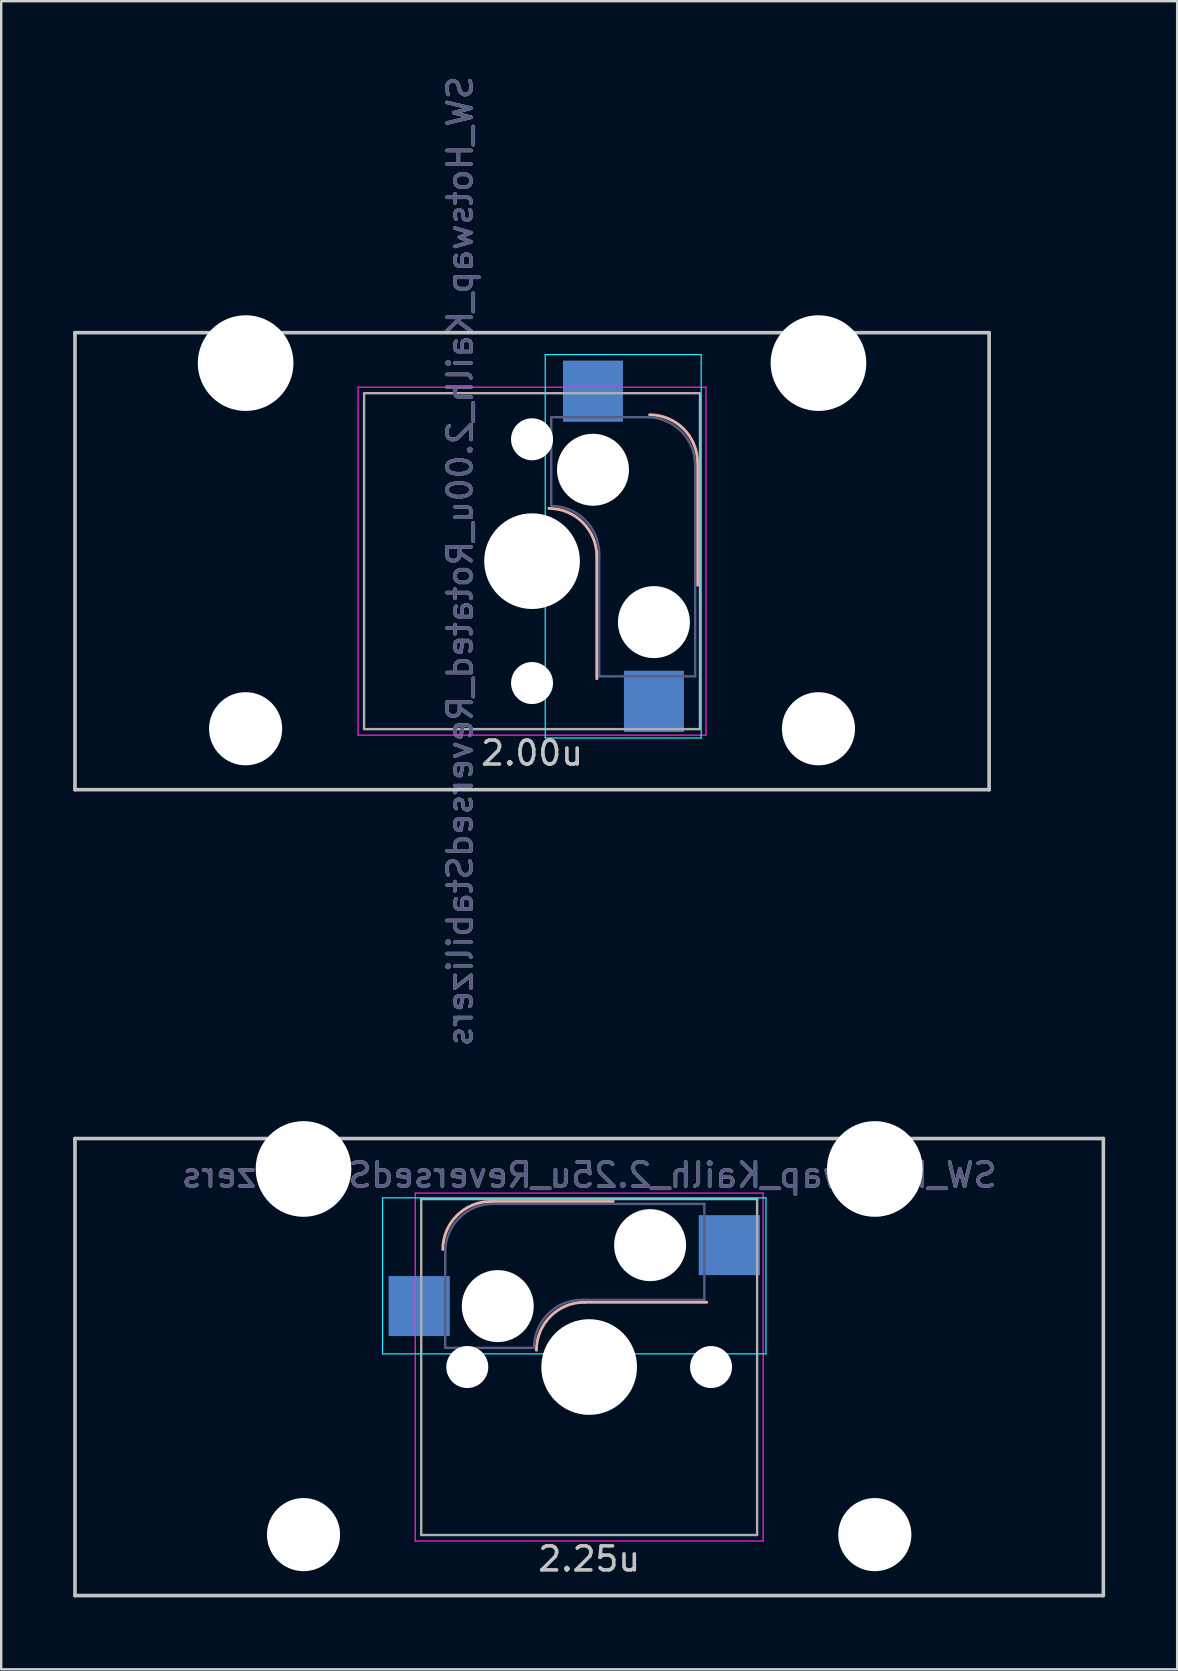
<source format=kicad_pcb>
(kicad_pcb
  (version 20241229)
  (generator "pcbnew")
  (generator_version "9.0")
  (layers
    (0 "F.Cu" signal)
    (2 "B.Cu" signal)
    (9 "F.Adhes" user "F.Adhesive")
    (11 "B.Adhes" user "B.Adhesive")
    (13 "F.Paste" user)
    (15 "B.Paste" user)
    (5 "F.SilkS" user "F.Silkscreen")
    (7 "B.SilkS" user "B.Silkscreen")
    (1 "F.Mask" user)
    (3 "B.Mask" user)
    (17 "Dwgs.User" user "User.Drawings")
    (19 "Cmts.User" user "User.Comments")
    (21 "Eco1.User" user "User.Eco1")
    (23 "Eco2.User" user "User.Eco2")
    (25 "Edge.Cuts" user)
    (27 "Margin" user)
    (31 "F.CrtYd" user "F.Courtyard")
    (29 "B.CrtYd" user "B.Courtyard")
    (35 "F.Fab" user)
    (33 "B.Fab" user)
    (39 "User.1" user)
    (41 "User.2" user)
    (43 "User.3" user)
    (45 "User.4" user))
  (footprint "SW_Hotswap_Kailh_2.00u_Rotated_ReversedStabilizers"
    (layer "F.Cu")
    (at 19.125 20.339)
    (property "Reference" "SW_Hotswap_Kailh_2.00u_Rotated_ReversedStabilizers" (at -3 0 90) (layer "B.SilkS") (effects (font (size 1 1) (thickness 0.15)) (justify mirror)))
    (attr smd)
    (fp_line (start 2.7 4.9) (end 2.7 -0.2) (stroke (width 0.12) (type solid)) (layer "B.SilkS"))
    (fp_line (start 6.9 1) (end 6.9 -4.1) (stroke (width 0.12) (type solid)) (layer "B.SilkS"))
    (fp_arc (start 0.7 -2.2) (mid 2.114214 -1.614214) (end 2.7 -0.2) (stroke (width 0.12) (type solid)) (layer "B.SilkS"))
    (fp_arc (start 4.9 -6.1) (mid 6.314214 -5.514214) (end 6.9 -4.1) (stroke (width 0.12) (type solid)) (layer "B.SilkS"))
    (fp_line (start -19.05 -9.525) (end 19.05 -9.525) (stroke (width 0.15) (type solid)) (layer "Dwgs.User"))
    (fp_line (start -19.05 9.525) (end -19.05 -9.525) (stroke (width 0.15) (type solid)) (layer "Dwgs.User"))
    (fp_line (start 19.05 -9.525) (end 19.05 9.525) (stroke (width 0.15) (type solid)) (layer "Dwgs.User"))
    (fp_line (start 19.05 9.525) (end -19.05 9.525) (stroke (width 0.15) (type solid)) (layer "Dwgs.User"))
    (fp_line (start 0.55 -8.61) (end 0.55 7.37) (stroke (width 0.05) (type solid)) (layer "B.CrtYd"))
    (fp_line (start 0.55 -8.61) (end 7.05 -8.61) (stroke (width 0.05) (type solid)) (layer "B.CrtYd"))
    (fp_line (start 7.05 -8.61) (end 7.05 7.37) (stroke (width 0.05) (type solid)) (layer "B.CrtYd"))
    (fp_line (start 7.05 7.37) (end 0.55 7.37) (stroke (width 0.05) (type solid)) (layer "B.CrtYd"))
    (fp_line (start -7.25 -7.25) (end 7.25 -7.25) (stroke (width 0.05) (type solid)) (layer "F.CrtYd"))
    (fp_line (start -7.25 7.25) (end -7.25 -7.25) (stroke (width 0.05) (type solid)) (layer "F.CrtYd"))
    (fp_line (start 7.25 -7.25) (end 7.25 7.25) (stroke (width 0.05) (type solid)) (layer "F.CrtYd"))
    (fp_line (start 7.25 7.25) (end -7.25 7.25) (stroke (width 0.05) (type solid)) (layer "F.CrtYd"))
    (fp_line (start 0.8 -6) (end 0.8 -2.3) (stroke (width 0.1) (type solid)) (layer "B.Fab"))
    (fp_line (start 0.8 -6) (end 4.8 -6) (stroke (width 0.1) (type solid)) (layer "B.Fab"))
    (fp_line (start 2.8 -0.3) (end 2.8 4.8) (stroke (width 0.1) (type solid)) (layer "B.Fab"))
    (fp_line (start 6.8 -4) (end 6.8 4.8) (stroke (width 0.1) (type solid)) (layer "B.Fab"))
    (fp_line (start 6.8 4.8) (end 2.8 4.8) (stroke (width 0.1) (type solid)) (layer "B.Fab"))
    (fp_arc (start 0.8 -2.3) (mid 2.214214 -1.714214) (end 2.8 -0.3) (stroke (width 0.1) (type solid)) (layer "B.Fab"))
    (fp_arc (start 4.8 -6) (mid 6.214214 -5.414214) (end 6.8 -4) (stroke (width 0.1) (type solid)) (layer "B.Fab"))
    (fp_line (start -7 -7) (end 7 -7) (stroke (width 0.1) (type solid)) (layer "F.Fab"))
    (fp_line (start -7 7) (end -7 -7) (stroke (width 0.1) (type solid)) (layer "F.Fab"))
    (fp_line (start 7 -7) (end 7 7) (stroke (width 0.1) (type solid)) (layer "F.Fab"))
    (fp_line (start 7 7) (end -7 7) (stroke (width 0.1) (type solid)) (layer "F.Fab"))
    (fp_text user "2.00u" (at 0 8 0) (layer "Dwgs.User") (effects (font (size 1 1) (thickness 0.15))))
    (fp_text user "${REFERENCE}" (at -3 0 90) (layer "B.Fab") (effects (font (size 1 1) (thickness 0.15)) (justify mirror)))
    (pad "" np_thru_hole circle (at -11.938 -8.255) (size 3.988 3.988) (drill 3.988) (layers "*.Cu" "*.Mask"))
    (pad "" np_thru_hole circle (at -11.938 6.985) (size 3.048 3.048) (drill 3.048) (layers "*.Cu" "*.Mask"))
    (pad "" np_thru_hole circle (at 0 -5.08 318.1) (size 1.75 1.75) (drill 1.75) (layers "*.Cu" "*.Mask"))
    (pad "" np_thru_hole circle (at 0 0 270) (size 3.988 3.988) (drill 3.988) (layers "*.Cu" "*.Mask"))
    (pad "" np_thru_hole circle (at 0 5.08 318.1) (size 1.75 1.75) (drill 1.75) (layers "*.Cu" "*.Mask"))
    (pad "" np_thru_hole circle (at 2.54 -3.81 270) (size 3 3) (drill 3) (layers "*.Cu" "*.Mask"))
    (pad "" np_thru_hole circle (at 5.08 2.54 270) (size 3 3) (drill 3) (layers "*.Cu" "*.Mask"))
    (pad "" np_thru_hole circle (at 11.938 -8.255) (size 3.988 3.988) (drill 3.988) (layers "*.Cu" "*.Mask"))
    (pad "" np_thru_hole circle (at 11.938 6.985) (size 3.048 3.048) (drill 3.048) (layers "*.Cu" "*.Mask"))
    (pad "1" smd rect (at 2.54 -7.085 270) (size 2.55 2.5) (layers "B.Cu" "B.Mask" "B.Paste"))
    (pad "2" smd rect (at 5.08 5.842 270) (size 2.55 2.5) (layers "B.Cu" "B.Mask" "B.Paste")))
  (footprint "SW_Hotswap_Kailh_2.25u_ReversedStabilizers"
    (layer "F.Cu")
    (at 21.506 53.927)
    (property "Reference" "SW_Hotswap_Kailh_2.25u_ReversedStabilizers" (at 0 -8 0) (layer "B.SilkS") (effects (font (size 1 1) (thickness 0.15)) (justify mirror)))
    (attr smd)
    (fp_line (start 1 -6.9) (end -4.1 -6.9) (stroke (width 0.12) (type solid)) (layer "B.SilkS"))
    (fp_line (start 4.9 -2.7) (end -0.2 -2.7) (stroke (width 0.12) (type solid)) (layer "B.SilkS"))
    (fp_arc (start -6.1 -4.9) (mid -5.514214 -6.314214) (end -4.1 -6.9) (stroke (width 0.12) (type solid)) (layer "B.SilkS"))
    (fp_arc (start -2.2 -0.7) (mid -1.614214 -2.114214) (end -0.2 -2.7) (stroke (width 0.12) (type solid)) (layer "B.SilkS"))
    (fp_line (start -21.431 -9.525) (end 21.431 -9.525) (stroke (width 0.15) (type solid)) (layer "Dwgs.User"))
    (fp_line (start -21.431 9.525) (end -21.431 -9.525) (stroke (width 0.15) (type solid)) (layer "Dwgs.User"))
    (fp_line (start -21.431 9.525) (end 21.431 9.525) (stroke (width 0.15) (type solid)) (layer "Dwgs.User"))
    (fp_line (start 21.431 -9.525) (end 21.431 9.525) (stroke (width 0.15) (type solid)) (layer "Dwgs.User"))
    (fp_line (start -8.61 -7.05) (end 7.37 -7.05) (stroke (width 0.05) (type solid)) (layer "B.CrtYd"))
    (fp_line (start -8.61 -0.55) (end -8.61 -7.05) (stroke (width 0.05) (type solid)) (layer "B.CrtYd"))
    (fp_line (start -8.61 -0.55) (end 7.37 -0.55) (stroke (width 0.05) (type solid)) (layer "B.CrtYd"))
    (fp_line (start 7.37 -7.05) (end 7.37 -0.55) (stroke (width 0.05) (type solid)) (layer "B.CrtYd"))
    (fp_line (start -7.25 -7.25) (end 7.25 -7.25) (stroke (width 0.05) (type solid)) (layer "F.CrtYd"))
    (fp_line (start -7.25 7.25) (end -7.25 -7.25) (stroke (width 0.05) (type solid)) (layer "F.CrtYd"))
    (fp_line (start 7.25 -7.25) (end 7.25 7.25) (stroke (width 0.05) (type solid)) (layer "F.CrtYd"))
    (fp_line (start 7.25 7.25) (end -7.25 7.25) (stroke (width 0.05) (type solid)) (layer "F.CrtYd"))
    (fp_line (start -6 -0.8) (end -6 -4.8) (stroke (width 0.1) (type solid)) (layer "B.Fab"))
    (fp_line (start -6 -0.8) (end -2.3 -0.8) (stroke (width 0.1) (type solid)) (layer "B.Fab"))
    (fp_line (start -4 -6.8) (end 4.8 -6.8) (stroke (width 0.1) (type solid)) (layer "B.Fab"))
    (fp_line (start -0.3 -2.8) (end 4.8 -2.8) (stroke (width 0.1) (type solid)) (layer "B.Fab"))
    (fp_line (start 4.8 -6.8) (end 4.8 -2.8) (stroke (width 0.1) (type solid)) (layer "B.Fab"))
    (fp_arc (start -6 -4.8) (mid -5.414214 -6.214214) (end -4 -6.8) (stroke (width 0.1) (type solid)) (layer "B.Fab"))
    (fp_arc (start -2.3 -0.8) (mid -1.714214 -2.214214) (end -0.3 -2.8) (stroke (width 0.1) (type solid)) (layer "B.Fab"))
    (fp_line (start -7 -7) (end 7 -7) (stroke (width 0.1) (type solid)) (layer "F.Fab"))
    (fp_line (start -7 7) (end -7 -7) (stroke (width 0.1) (type solid)) (layer "F.Fab"))
    (fp_line (start 7 -7) (end 7 7) (stroke (width 0.1) (type solid)) (layer "F.Fab"))
    (fp_line (start 7 7) (end -7 7) (stroke (width 0.1) (type solid)) (layer "F.Fab"))
    (fp_text user "2.25u" (at 0 8 0) (layer "Dwgs.User") (effects (font (size 1 1) (thickness 0.15))))
    (fp_text user "${REFERENCE}" (at 0 -8 0) (layer "B.Fab") (effects (font (size 1 1) (thickness 0.15)) (justify mirror)))
    (pad "" np_thru_hole circle (at -11.906 -8.255) (size 3.988 3.988) (drill 3.988) (layers "*.Cu" "*.Mask"))
    (pad "" np_thru_hole circle (at -11.906 6.985) (size 3.048 3.048) (drill 3.048) (layers "*.Cu" "*.Mask"))
    (pad "" np_thru_hole circle (at -5.08 0 48.1) (size 1.75 1.75) (drill 1.75) (layers "*.Cu" "*.Mask"))
    (pad "" np_thru_hole circle (at -3.81 -2.54) (size 3 3) (drill 3) (layers "*.Cu" "*.Mask"))
    (pad "" np_thru_hole circle (at 0 0) (size 3.988 3.988) (drill 3.988) (layers "*.Cu" "*.Mask"))
    (pad "" np_thru_hole circle (at 2.54 -5.08) (size 3 3) (drill 3) (layers "*.Cu" "*.Mask"))
    (pad "" np_thru_hole circle (at 5.08 0 48.1) (size 1.75 1.75) (drill 1.75) (layers "*.Cu" "*.Mask"))
    (pad "" np_thru_hole circle (at 11.906 -8.255) (size 3.988 3.988) (drill 3.988) (layers "*.Cu" "*.Mask"))
    (pad "" np_thru_hole circle (at 11.906 6.985) (size 3.048 3.048) (drill 3.048) (layers "*.Cu" "*.Mask"))
    (pad "1" smd rect (at -7.085 -2.54) (size 2.55 2.5) (layers "B.Cu" "B.Mask" "B.Paste"))
    (pad "2" smd rect (at 5.842 -5.08) (size 2.55 2.5) (layers "B.Cu" "B.Mask" "B.Paste")))
  (gr_rect
    (start -3 -3)
    (end 46.013 66.527)
    (stroke (width 0.1) (type default))
    (fill no)
    (layer "Edge.Cuts")))
</source>
